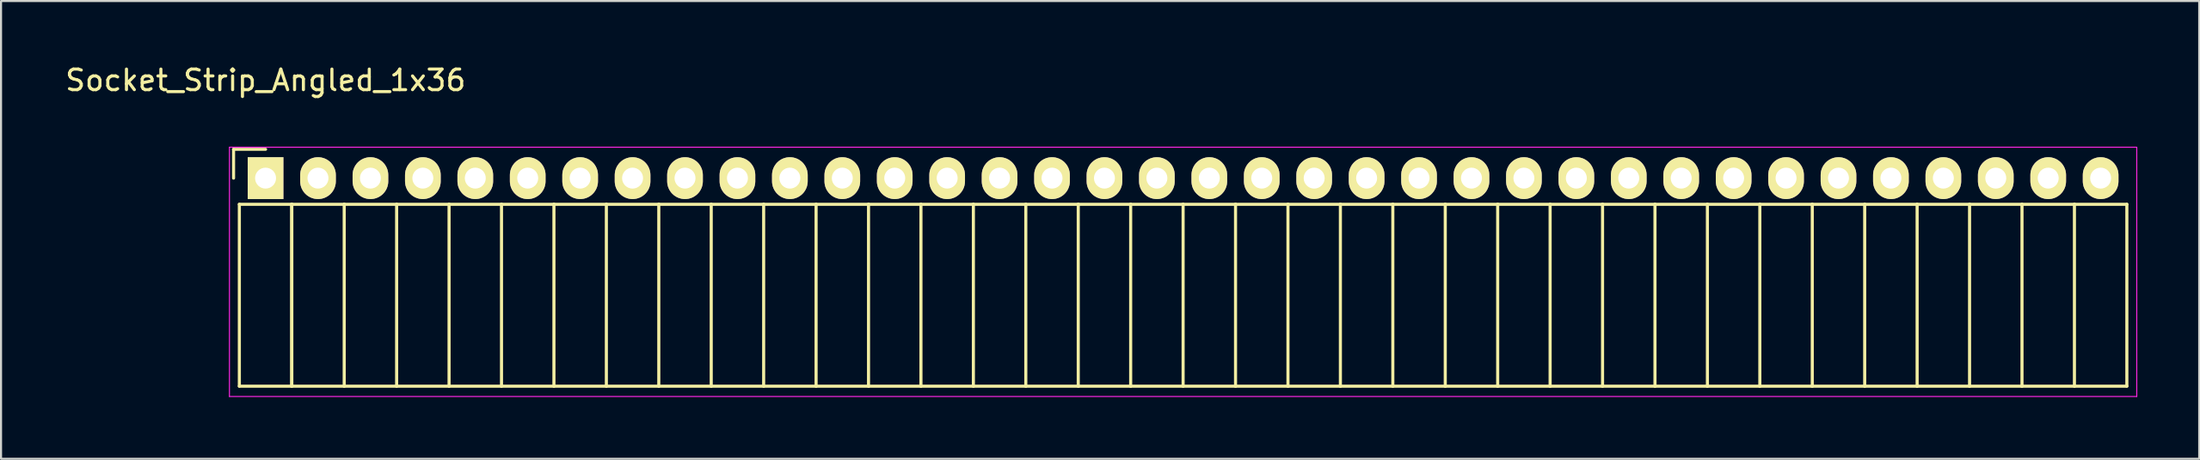
<source format=kicad_pcb>
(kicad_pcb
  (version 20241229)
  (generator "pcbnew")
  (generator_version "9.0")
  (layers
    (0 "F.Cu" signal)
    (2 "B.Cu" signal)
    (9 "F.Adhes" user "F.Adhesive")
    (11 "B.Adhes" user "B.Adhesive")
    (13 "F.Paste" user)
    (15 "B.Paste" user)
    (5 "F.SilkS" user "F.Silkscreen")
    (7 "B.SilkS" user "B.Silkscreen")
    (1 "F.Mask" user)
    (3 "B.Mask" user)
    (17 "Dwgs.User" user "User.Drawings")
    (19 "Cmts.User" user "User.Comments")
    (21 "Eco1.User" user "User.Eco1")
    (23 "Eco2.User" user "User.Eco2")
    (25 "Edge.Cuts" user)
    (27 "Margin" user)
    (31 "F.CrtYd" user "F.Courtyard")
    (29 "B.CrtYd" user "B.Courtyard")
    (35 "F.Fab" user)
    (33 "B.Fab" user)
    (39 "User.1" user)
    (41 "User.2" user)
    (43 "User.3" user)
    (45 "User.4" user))
  (footprint "Socket_Strip_Angled_1x36"
    (layer "F.Cu")
    (at 9.815 5.598)
    (property "Reference" "Socket_Strip_Angled_1x36" (at 0 -4.75 0) (layer "F.SilkS") (effects (font (size 1 1) (thickness 0.15))))
    (attr through_hole)
    (fp_line (start -1.55 -1.4) (end -1.55 0) (stroke (width 0.15) (type solid)) (layer "F.SilkS"))
    (fp_line (start -1.27 1.27) (end -1.27 10.1) (stroke (width 0.15) (type solid)) (layer "F.SilkS"))
    (fp_line (start -1.27 1.27) (end 1.27 1.27) (stroke (width 0.15) (type solid)) (layer "F.SilkS"))
    (fp_line (start -1.27 10.1) (end 1.27 10.1) (stroke (width 0.15) (type solid)) (layer "F.SilkS"))
    (fp_line (start 0 -1.4) (end -1.55 -1.4) (stroke (width 0.15) (type solid)) (layer "F.SilkS"))
    (fp_line (start 1.27 1.27) (end 1.27 10.1) (stroke (width 0.15) (type solid)) (layer "F.SilkS"))
    (fp_line (start 1.27 1.27) (end 3.81 1.27) (stroke (width 0.15) (type solid)) (layer "F.SilkS"))
    (fp_line (start 1.27 10.1) (end 1.27 1.27) (stroke (width 0.15) (type solid)) (layer "F.SilkS"))
    (fp_line (start 1.27 10.1) (end 3.81 10.1) (stroke (width 0.15) (type solid)) (layer "F.SilkS"))
    (fp_line (start 3.81 1.27) (end 6.35 1.27) (stroke (width 0.15) (type solid)) (layer "F.SilkS"))
    (fp_line (start 3.81 10.1) (end 3.81 1.27) (stroke (width 0.15) (type solid)) (layer "F.SilkS"))
    (fp_line (start 3.81 10.1) (end 6.35 10.1) (stroke (width 0.15) (type solid)) (layer "F.SilkS"))
    (fp_line (start 6.35 1.27) (end 8.89 1.27) (stroke (width 0.15) (type solid)) (layer "F.SilkS"))
    (fp_line (start 6.35 10.1) (end 6.35 1.27) (stroke (width 0.15) (type solid)) (layer "F.SilkS"))
    (fp_line (start 6.35 10.1) (end 8.89 10.1) (stroke (width 0.15) (type solid)) (layer "F.SilkS"))
    (fp_line (start 8.89 1.27) (end 11.43 1.27) (stroke (width 0.15) (type solid)) (layer "F.SilkS"))
    (fp_line (start 8.89 10.1) (end 8.89 1.27) (stroke (width 0.15) (type solid)) (layer "F.SilkS"))
    (fp_line (start 8.89 10.1) (end 11.43 10.1) (stroke (width 0.15) (type solid)) (layer "F.SilkS"))
    (fp_line (start 11.43 1.27) (end 13.97 1.27) (stroke (width 0.15) (type solid)) (layer "F.SilkS"))
    (fp_line (start 11.43 10.1) (end 11.43 1.27) (stroke (width 0.15) (type solid)) (layer "F.SilkS"))
    (fp_line (start 11.43 10.1) (end 13.97 10.1) (stroke (width 0.15) (type solid)) (layer "F.SilkS"))
    (fp_line (start 13.97 1.27) (end 16.51 1.27) (stroke (width 0.15) (type solid)) (layer "F.SilkS"))
    (fp_line (start 13.97 10.1) (end 13.97 1.27) (stroke (width 0.15) (type solid)) (layer "F.SilkS"))
    (fp_line (start 13.97 10.1) (end 16.51 10.1) (stroke (width 0.15) (type solid)) (layer "F.SilkS"))
    (fp_line (start 16.51 1.27) (end 19.05 1.27) (stroke (width 0.15) (type solid)) (layer "F.SilkS"))
    (fp_line (start 16.51 10.1) (end 16.51 1.27) (stroke (width 0.15) (type solid)) (layer "F.SilkS"))
    (fp_line (start 16.51 10.1) (end 19.05 10.1) (stroke (width 0.15) (type solid)) (layer "F.SilkS"))
    (fp_line (start 19.05 1.27) (end 21.59 1.27) (stroke (width 0.15) (type solid)) (layer "F.SilkS"))
    (fp_line (start 19.05 10.1) (end 19.05 1.27) (stroke (width 0.15) (type solid)) (layer "F.SilkS"))
    (fp_line (start 19.05 10.1) (end 21.59 10.1) (stroke (width 0.15) (type solid)) (layer "F.SilkS"))
    (fp_line (start 21.59 1.27) (end 24.13 1.27) (stroke (width 0.15) (type solid)) (layer "F.SilkS"))
    (fp_line (start 21.59 10.1) (end 21.59 1.27) (stroke (width 0.15) (type solid)) (layer "F.SilkS"))
    (fp_line (start 21.59 10.1) (end 24.13 10.1) (stroke (width 0.15) (type solid)) (layer "F.SilkS"))
    (fp_line (start 24.13 1.27) (end 26.67 1.27) (stroke (width 0.15) (type solid)) (layer "F.SilkS"))
    (fp_line (start 24.13 10.1) (end 24.13 1.27) (stroke (width 0.15) (type solid)) (layer "F.SilkS"))
    (fp_line (start 24.13 10.1) (end 26.67 10.1) (stroke (width 0.15) (type solid)) (layer "F.SilkS"))
    (fp_line (start 26.67 1.27) (end 29.21 1.27) (stroke (width 0.15) (type solid)) (layer "F.SilkS"))
    (fp_line (start 26.67 10.1) (end 26.67 1.27) (stroke (width 0.15) (type solid)) (layer "F.SilkS"))
    (fp_line (start 26.67 10.1) (end 29.21 10.1) (stroke (width 0.15) (type solid)) (layer "F.SilkS"))
    (fp_line (start 29.21 1.27) (end 31.75 1.27) (stroke (width 0.15) (type solid)) (layer "F.SilkS"))
    (fp_line (start 29.21 10.1) (end 29.21 1.27) (stroke (width 0.15) (type solid)) (layer "F.SilkS"))
    (fp_line (start 29.21 10.1) (end 31.75 10.1) (stroke (width 0.15) (type solid)) (layer "F.SilkS"))
    (fp_line (start 31.75 1.27) (end 34.29 1.27) (stroke (width 0.15) (type solid)) (layer "F.SilkS"))
    (fp_line (start 31.75 10.1) (end 31.75 1.27) (stroke (width 0.15) (type solid)) (layer "F.SilkS"))
    (fp_line (start 31.75 10.1) (end 34.29 10.1) (stroke (width 0.15) (type solid)) (layer "F.SilkS"))
    (fp_line (start 34.29 1.27) (end 36.83 1.27) (stroke (width 0.15) (type solid)) (layer "F.SilkS"))
    (fp_line (start 34.29 10.1) (end 34.29 1.27) (stroke (width 0.15) (type solid)) (layer "F.SilkS"))
    (fp_line (start 34.29 10.1) (end 36.83 10.1) (stroke (width 0.15) (type solid)) (layer "F.SilkS"))
    (fp_line (start 36.83 1.27) (end 39.37 1.27) (stroke (width 0.15) (type solid)) (layer "F.SilkS"))
    (fp_line (start 36.83 10.1) (end 36.83 1.27) (stroke (width 0.15) (type solid)) (layer "F.SilkS"))
    (fp_line (start 36.83 10.1) (end 39.37 10.1) (stroke (width 0.15) (type solid)) (layer "F.SilkS"))
    (fp_line (start 39.37 1.27) (end 41.91 1.27) (stroke (width 0.15) (type solid)) (layer "F.SilkS"))
    (fp_line (start 39.37 10.1) (end 39.37 1.27) (stroke (width 0.15) (type solid)) (layer "F.SilkS"))
    (fp_line (start 39.37 10.1) (end 41.91 10.1) (stroke (width 0.15) (type solid)) (layer "F.SilkS"))
    (fp_line (start 41.91 1.27) (end 44.45 1.27) (stroke (width 0.15) (type solid)) (layer "F.SilkS"))
    (fp_line (start 41.91 10.1) (end 41.91 1.27) (stroke (width 0.15) (type solid)) (layer "F.SilkS"))
    (fp_line (start 41.91 10.1) (end 44.45 10.1) (stroke (width 0.15) (type solid)) (layer "F.SilkS"))
    (fp_line (start 44.45 1.27) (end 46.99 1.27) (stroke (width 0.15) (type solid)) (layer "F.SilkS"))
    (fp_line (start 44.45 10.1) (end 44.45 1.27) (stroke (width 0.15) (type solid)) (layer "F.SilkS"))
    (fp_line (start 44.45 10.1) (end 46.99 10.1) (stroke (width 0.15) (type solid)) (layer "F.SilkS"))
    (fp_line (start 46.99 1.27) (end 49.53 1.27) (stroke (width 0.15) (type solid)) (layer "F.SilkS"))
    (fp_line (start 46.99 10.1) (end 46.99 1.27) (stroke (width 0.15) (type solid)) (layer "F.SilkS"))
    (fp_line (start 46.99 10.1) (end 49.53 10.1) (stroke (width 0.15) (type solid)) (layer "F.SilkS"))
    (fp_line (start 49.53 1.27) (end 52.07 1.27) (stroke (width 0.15) (type solid)) (layer "F.SilkS"))
    (fp_line (start 49.53 10.1) (end 49.53 1.27) (stroke (width 0.15) (type solid)) (layer "F.SilkS"))
    (fp_line (start 49.53 10.1) (end 52.07 10.1) (stroke (width 0.15) (type solid)) (layer "F.SilkS"))
    (fp_line (start 52.07 1.27) (end 54.61 1.27) (stroke (width 0.15) (type solid)) (layer "F.SilkS"))
    (fp_line (start 52.07 10.1) (end 52.07 1.27) (stroke (width 0.15) (type solid)) (layer "F.SilkS"))
    (fp_line (start 52.07 10.1) (end 54.61 10.1) (stroke (width 0.15) (type solid)) (layer "F.SilkS"))
    (fp_line (start 54.61 1.27) (end 57.15 1.27) (stroke (width 0.15) (type solid)) (layer "F.SilkS"))
    (fp_line (start 54.61 10.1) (end 54.61 1.27) (stroke (width 0.15) (type solid)) (layer "F.SilkS"))
    (fp_line (start 54.61 10.1) (end 57.15 10.1) (stroke (width 0.15) (type solid)) (layer "F.SilkS"))
    (fp_line (start 57.15 1.27) (end 59.69 1.27) (stroke (width 0.15) (type solid)) (layer "F.SilkS"))
    (fp_line (start 57.15 10.1) (end 57.15 1.27) (stroke (width 0.15) (type solid)) (layer "F.SilkS"))
    (fp_line (start 57.15 10.1) (end 59.69 10.1) (stroke (width 0.15) (type solid)) (layer "F.SilkS"))
    (fp_line (start 59.69 1.27) (end 62.23 1.27) (stroke (width 0.15) (type solid)) (layer "F.SilkS"))
    (fp_line (start 59.69 10.1) (end 59.69 1.27) (stroke (width 0.15) (type solid)) (layer "F.SilkS"))
    (fp_line (start 59.69 10.1) (end 62.23 10.1) (stroke (width 0.15) (type solid)) (layer "F.SilkS"))
    (fp_line (start 62.23 1.27) (end 64.77 1.27) (stroke (width 0.15) (type solid)) (layer "F.SilkS"))
    (fp_line (start 62.23 10.1) (end 62.23 1.27) (stroke (width 0.15) (type solid)) (layer "F.SilkS"))
    (fp_line (start 62.23 10.1) (end 64.77 10.1) (stroke (width 0.15) (type solid)) (layer "F.SilkS"))
    (fp_line (start 64.77 1.27) (end 67.31 1.27) (stroke (width 0.15) (type solid)) (layer "F.SilkS"))
    (fp_line (start 64.77 10.1) (end 64.77 1.27) (stroke (width 0.15) (type solid)) (layer "F.SilkS"))
    (fp_line (start 64.77 10.1) (end 67.31 10.1) (stroke (width 0.15) (type solid)) (layer "F.SilkS"))
    (fp_line (start 67.31 1.27) (end 69.85 1.27) (stroke (width 0.15) (type solid)) (layer "F.SilkS"))
    (fp_line (start 67.31 10.1) (end 67.31 1.27) (stroke (width 0.15) (type solid)) (layer "F.SilkS"))
    (fp_line (start 67.31 10.1) (end 69.85 10.1) (stroke (width 0.15) (type solid)) (layer "F.SilkS"))
    (fp_line (start 69.85 1.27) (end 72.39 1.27) (stroke (width 0.15) (type solid)) (layer "F.SilkS"))
    (fp_line (start 69.85 10.1) (end 69.85 1.27) (stroke (width 0.15) (type solid)) (layer "F.SilkS"))
    (fp_line (start 69.85 10.1) (end 72.39 10.1) (stroke (width 0.15) (type solid)) (layer "F.SilkS"))
    (fp_line (start 72.39 1.27) (end 74.93 1.27) (stroke (width 0.15) (type solid)) (layer "F.SilkS"))
    (fp_line (start 72.39 10.1) (end 72.39 1.27) (stroke (width 0.15) (type solid)) (layer "F.SilkS"))
    (fp_line (start 72.39 10.1) (end 74.93 10.1) (stroke (width 0.15) (type solid)) (layer "F.SilkS"))
    (fp_line (start 74.93 1.27) (end 77.47 1.27) (stroke (width 0.15) (type solid)) (layer "F.SilkS"))
    (fp_line (start 74.93 10.1) (end 74.93 1.27) (stroke (width 0.15) (type solid)) (layer "F.SilkS"))
    (fp_line (start 74.93 10.1) (end 77.47 10.1) (stroke (width 0.15) (type solid)) (layer "F.SilkS"))
    (fp_line (start 77.47 1.27) (end 80.01 1.27) (stroke (width 0.15) (type solid)) (layer "F.SilkS"))
    (fp_line (start 77.47 10.1) (end 77.47 1.27) (stroke (width 0.15) (type solid)) (layer "F.SilkS"))
    (fp_line (start 77.47 10.1) (end 80.01 10.1) (stroke (width 0.15) (type solid)) (layer "F.SilkS"))
    (fp_line (start 80.01 1.27) (end 82.55 1.27) (stroke (width 0.15) (type solid)) (layer "F.SilkS"))
    (fp_line (start 80.01 10.1) (end 80.01 1.27) (stroke (width 0.15) (type solid)) (layer "F.SilkS"))
    (fp_line (start 80.01 10.1) (end 82.55 10.1) (stroke (width 0.15) (type solid)) (layer "F.SilkS"))
    (fp_line (start 82.55 1.27) (end 85.09 1.27) (stroke (width 0.15) (type solid)) (layer "F.SilkS"))
    (fp_line (start 82.55 10.1) (end 82.55 1.27) (stroke (width 0.15) (type solid)) (layer "F.SilkS"))
    (fp_line (start 82.55 10.1) (end 85.09 10.1) (stroke (width 0.15) (type solid)) (layer "F.SilkS"))
    (fp_line (start 85.09 1.27) (end 87.63 1.27) (stroke (width 0.15) (type solid)) (layer "F.SilkS"))
    (fp_line (start 85.09 10.1) (end 85.09 1.27) (stroke (width 0.15) (type solid)) (layer "F.SilkS"))
    (fp_line (start 85.09 10.1) (end 87.63 10.1) (stroke (width 0.15) (type solid)) (layer "F.SilkS"))
    (fp_line (start 87.63 1.27) (end 90.17 1.27) (stroke (width 0.15) (type solid)) (layer "F.SilkS"))
    (fp_line (start 87.63 10.1) (end 87.63 1.27) (stroke (width 0.15) (type solid)) (layer "F.SilkS"))
    (fp_line (start 87.63 10.1) (end 90.17 10.1) (stroke (width 0.15) (type solid)) (layer "F.SilkS"))
    (fp_line (start 90.17 10.1) (end 90.17 1.27) (stroke (width 0.15) (type solid)) (layer "F.SilkS"))
    (fp_line (start -1.75 -1.5) (end -1.75 10.6) (stroke (width 0.05) (type solid)) (layer "F.CrtYd"))
    (fp_line (start -1.75 -1.5) (end 90.65 -1.5) (stroke (width 0.05) (type solid)) (layer "F.CrtYd"))
    (fp_line (start -1.75 10.6) (end 90.65 10.6) (stroke (width 0.05) (type solid)) (layer "F.CrtYd"))
    (fp_line (start 90.65 -1.5) (end 90.65 10.6) (stroke (width 0.05) (type solid)) (layer "F.CrtYd"))
    (pad "1" thru_hole rect (at 0 0) (size 1.727 2.032) (drill 1.016) (layers "*.Cu" "*.Mask" "F.SilkS"))
    (pad "2" thru_hole oval (at 2.54 0) (size 1.727 2.032) (drill 1.016) (layers "*.Cu" "*.Mask" "F.SilkS"))
    (pad "3" thru_hole oval (at 5.08 0) (size 1.727 2.032) (drill 1.016) (layers "*.Cu" "*.Mask" "F.SilkS"))
    (pad "4" thru_hole oval (at 7.62 0) (size 1.727 2.032) (drill 1.016) (layers "*.Cu" "*.Mask" "F.SilkS"))
    (pad "5" thru_hole oval (at 10.16 0) (size 1.727 2.032) (drill 1.016) (layers "*.Cu" "*.Mask" "F.SilkS"))
    (pad "6" thru_hole oval (at 12.7 0) (size 1.727 2.032) (drill 1.016) (layers "*.Cu" "*.Mask" "F.SilkS"))
    (pad "7" thru_hole oval (at 15.24 0) (size 1.727 2.032) (drill 1.016) (layers "*.Cu" "*.Mask" "F.SilkS"))
    (pad "8" thru_hole oval (at 17.78 0) (size 1.727 2.032) (drill 1.016) (layers "*.Cu" "*.Mask" "F.SilkS"))
    (pad "9" thru_hole oval (at 20.32 0) (size 1.727 2.032) (drill 1.016) (layers "*.Cu" "*.Mask" "F.SilkS"))
    (pad "10" thru_hole oval (at 22.86 0) (size 1.727 2.032) (drill 1.016) (layers "*.Cu" "*.Mask" "F.SilkS"))
    (pad "11" thru_hole oval (at 25.4 0) (size 1.727 2.032) (drill 1.016) (layers "*.Cu" "*.Mask" "F.SilkS"))
    (pad "12" thru_hole oval (at 27.94 0) (size 1.727 2.032) (drill 1.016) (layers "*.Cu" "*.Mask" "F.SilkS"))
    (pad "13" thru_hole oval (at 30.48 0) (size 1.727 2.032) (drill 1.016) (layers "*.Cu" "*.Mask" "F.SilkS"))
    (pad "14" thru_hole oval (at 33.02 0) (size 1.727 2.032) (drill 1.016) (layers "*.Cu" "*.Mask" "F.SilkS"))
    (pad "15" thru_hole oval (at 35.56 0) (size 1.727 2.032) (drill 1.016) (layers "*.Cu" "*.Mask" "F.SilkS"))
    (pad "16" thru_hole oval (at 38.1 0) (size 1.727 2.032) (drill 1.016) (layers "*.Cu" "*.Mask" "F.SilkS"))
    (pad "17" thru_hole oval (at 40.64 0) (size 1.727 2.032) (drill 1.016) (layers "*.Cu" "*.Mask" "F.SilkS"))
    (pad "18" thru_hole oval (at 43.18 0) (size 1.727 2.032) (drill 1.016) (layers "*.Cu" "*.Mask" "F.SilkS"))
    (pad "19" thru_hole oval (at 45.72 0) (size 1.727 2.032) (drill 1.016) (layers "*.Cu" "*.Mask" "F.SilkS"))
    (pad "20" thru_hole oval (at 48.26 0) (size 1.727 2.032) (drill 1.016) (layers "*.Cu" "*.Mask" "F.SilkS"))
    (pad "21" thru_hole oval (at 50.8 0) (size 1.727 2.032) (drill 1.016) (layers "*.Cu" "*.Mask" "F.SilkS"))
    (pad "22" thru_hole oval (at 53.34 0) (size 1.727 2.032) (drill 1.016) (layers "*.Cu" "*.Mask" "F.SilkS"))
    (pad "23" thru_hole oval (at 55.88 0) (size 1.727 2.032) (drill 1.016) (layers "*.Cu" "*.Mask" "F.SilkS"))
    (pad "24" thru_hole oval (at 58.42 0) (size 1.727 2.032) (drill 1.016) (layers "*.Cu" "*.Mask" "F.SilkS"))
    (pad "25" thru_hole oval (at 60.96 0) (size 1.727 2.032) (drill 1.016) (layers "*.Cu" "*.Mask" "F.SilkS"))
    (pad "26" thru_hole oval (at 63.5 0) (size 1.727 2.032) (drill 1.016) (layers "*.Cu" "*.Mask" "F.SilkS"))
    (pad "27" thru_hole oval (at 66.04 0) (size 1.727 2.032) (drill 1.016) (layers "*.Cu" "*.Mask" "F.SilkS"))
    (pad "28" thru_hole oval (at 68.58 0) (size 1.727 2.032) (drill 1.016) (layers "*.Cu" "*.Mask" "F.SilkS"))
    (pad "29" thru_hole oval (at 71.12 0) (size 1.727 2.032) (drill 1.016) (layers "*.Cu" "*.Mask" "F.SilkS"))
    (pad "30" thru_hole oval (at 73.66 0) (size 1.727 2.032) (drill 1.016) (layers "*.Cu" "*.Mask" "F.SilkS"))
    (pad "31" thru_hole oval (at 76.2 0) (size 1.727 2.032) (drill 1.016) (layers "*.Cu" "*.Mask" "F.SilkS"))
    (pad "32" thru_hole oval (at 78.74 0) (size 1.727 2.032) (drill 1.016) (layers "*.Cu" "*.Mask" "F.SilkS"))
    (pad "33" thru_hole oval (at 81.28 0) (size 1.727 2.032) (drill 1.016) (layers "*.Cu" "*.Mask" "F.SilkS"))
    (pad "34" thru_hole oval (at 83.82 0) (size 1.727 2.032) (drill 1.016) (layers "*.Cu" "*.Mask" "F.SilkS"))
    (pad "35" thru_hole oval (at 86.36 0) (size 1.727 2.032) (drill 1.016) (layers "*.Cu" "*.Mask" "F.SilkS"))
    (pad "36" thru_hole oval (at 88.9 0) (size 1.727 2.032) (drill 1.016) (layers "*.Cu" "*.Mask" "F.SilkS")))
  (gr_rect
    (start -3 -3)
    (end 103.49 19.223)
    (stroke (width 0.1) (type default))
    (fill no)
    (layer "Edge.Cuts")))
</source>
